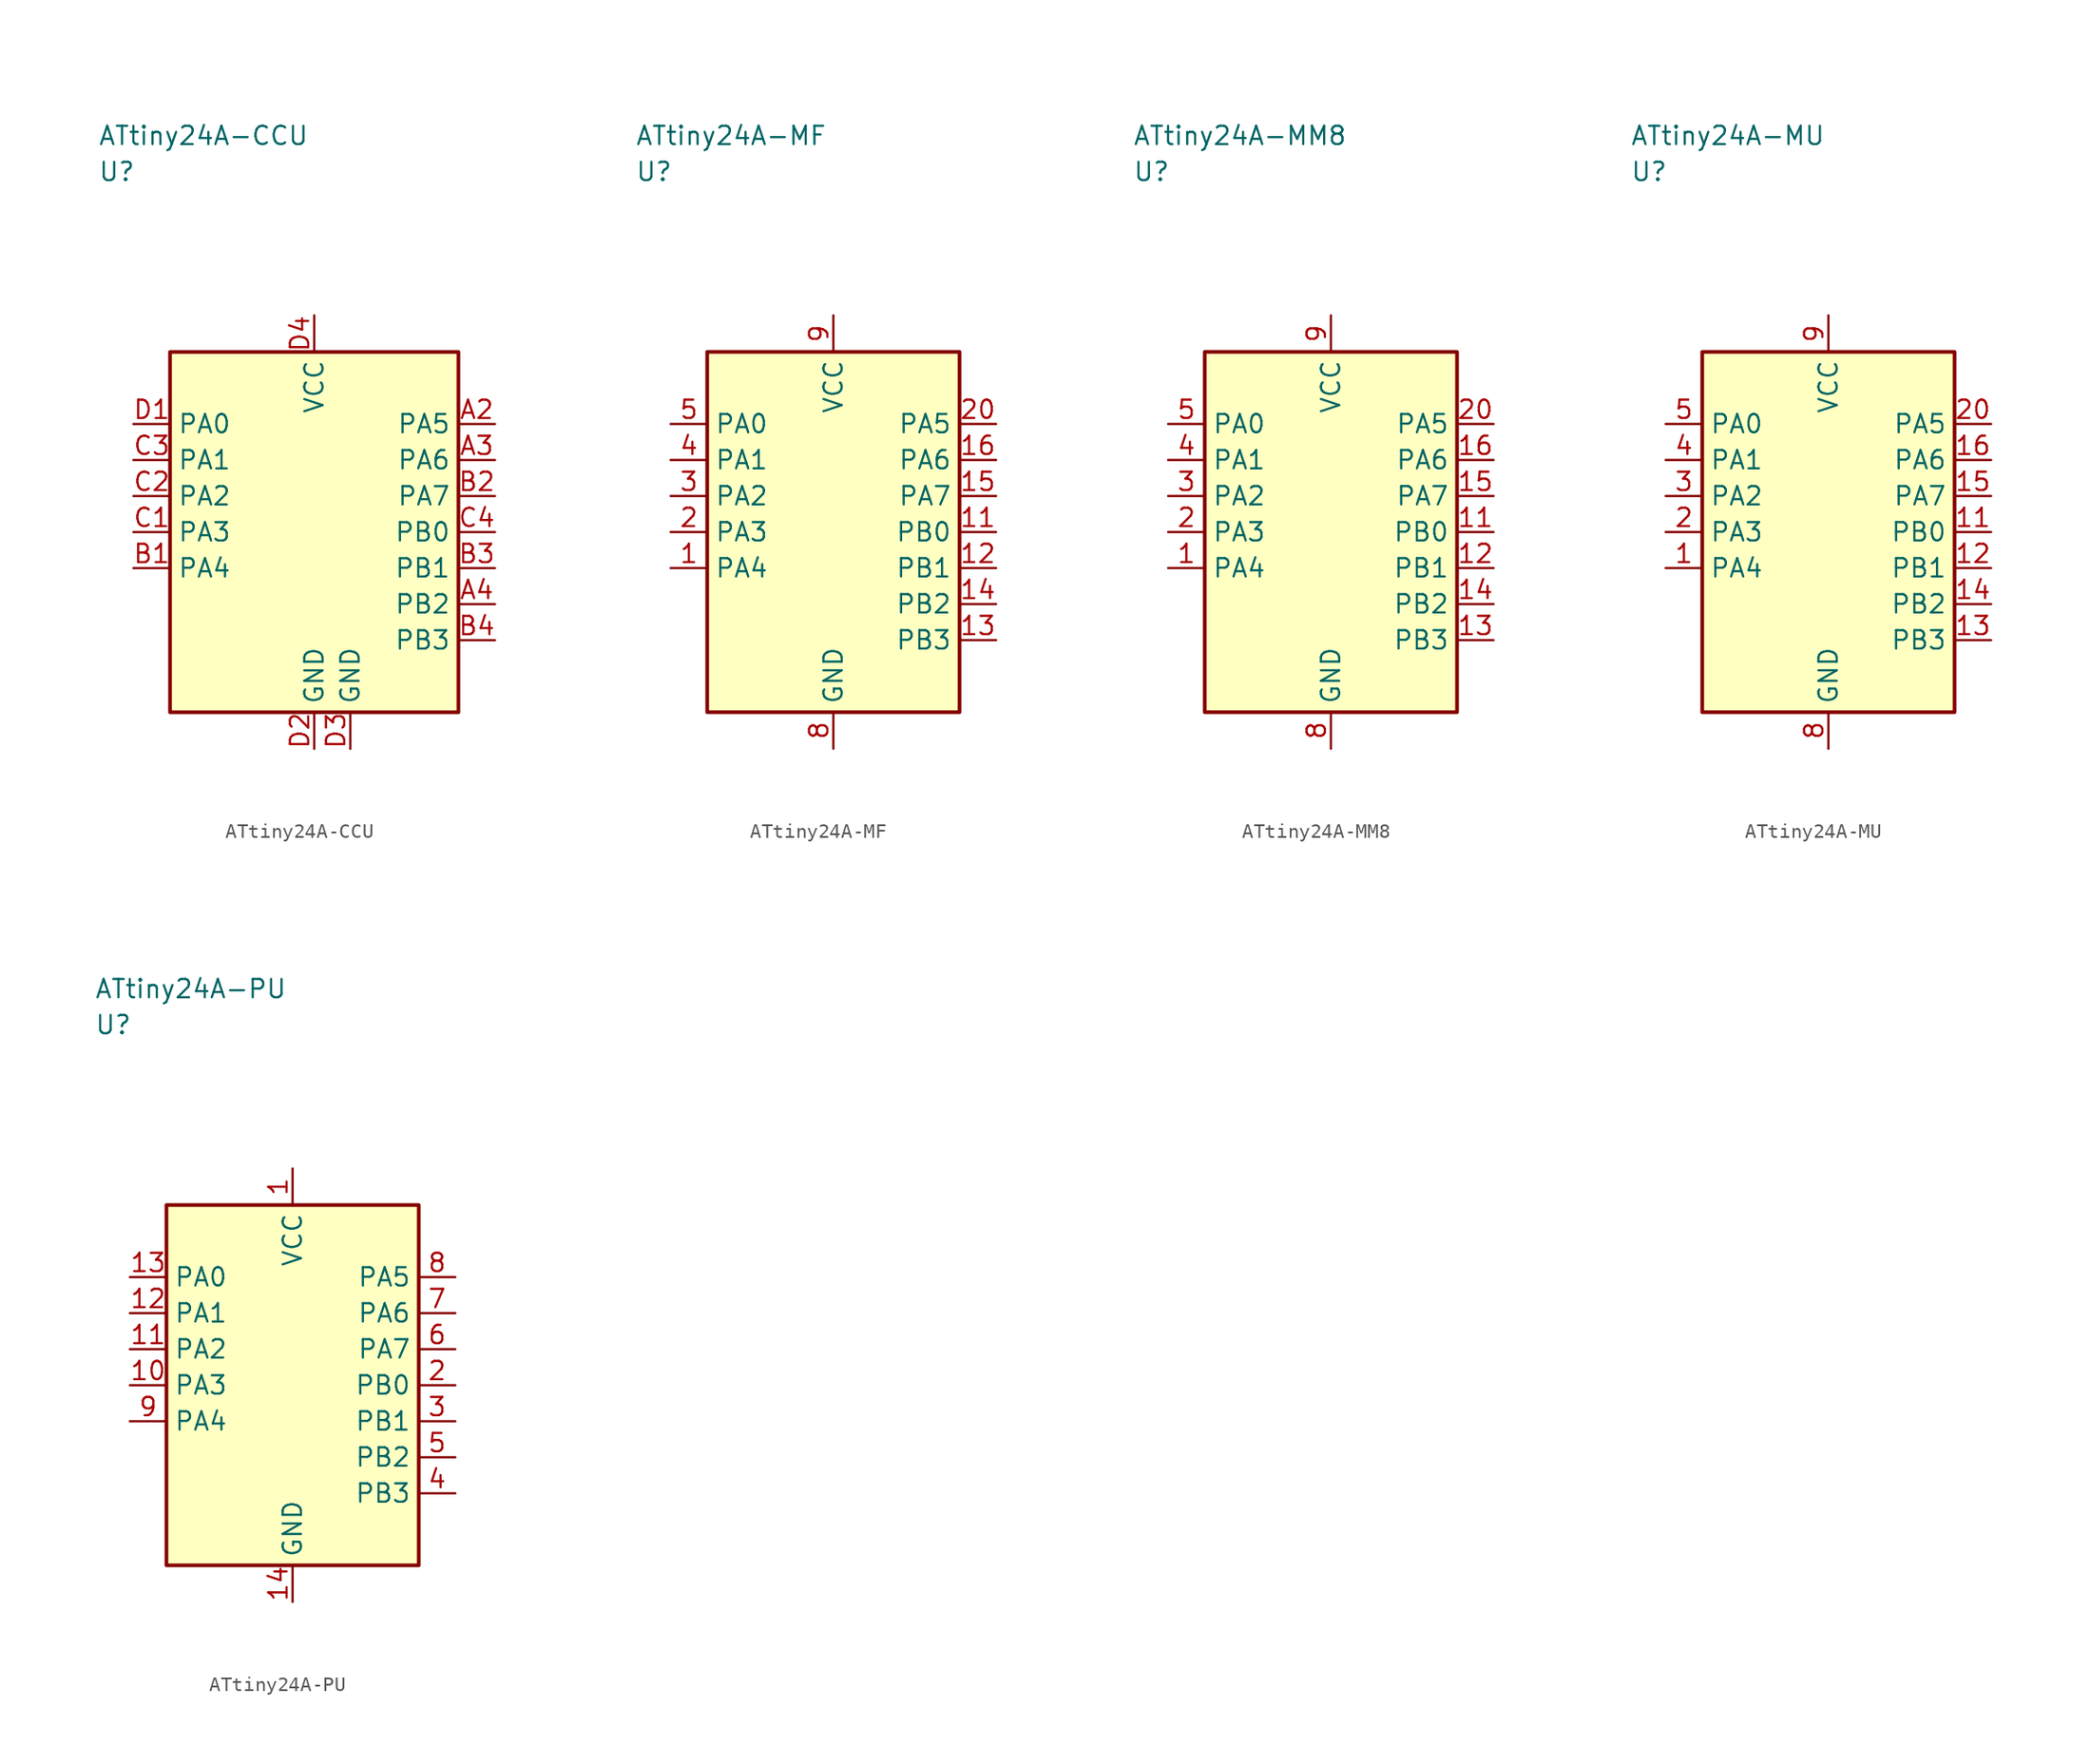
<source format=kicad_sym>
(kicad_symbol_lib
  (version 20241025)
  (generator "kicad_symbol_editor")
  (generator_version "8.0")
  (symbol "ATtiny24A-CCU"
    (property "Reference" "U"
      (at -15.0 25.0 0)
      (effects (font (size 1.27 1.27)) (justify left)))
    (property "Value" "ATtiny24A-CCU"
      (at -15.0 27.5 0)
      (effects (font (size 1.27 1.27)) (justify left)))
    (symbol "ATtiny24A-CCU_0_1"
      (rectangle (start -10.0 12.5) (end 10.0 -12.5) (stroke (width 0.254) (type default)) (fill (type background))))
    (symbol "ATtiny24A-CCU_1_1"
      (pin bidirectional line (at 12.54 7.5 180.0) (length 2.54) (name "PA5" (effects (font (size 1.27 1.27)))) (number "A2" (effects (font (size 1.27 1.27)))))
      (pin bidirectional line (at 12.54 5.0 180.0) (length 2.54) (name "PA6" (effects (font (size 1.27 1.27)))) (number "A3" (effects (font (size 1.27 1.27)))))
      (pin bidirectional line (at 12.54 -5.0 180.0) (length 2.54) (name "PB2" (effects (font (size 1.27 1.27)))) (number "A4" (effects (font (size 1.27 1.27)))))
      (pin bidirectional line (at -12.54 -2.5 0.0) (length 2.54) (name "PA4" (effects (font (size 1.27 1.27)))) (number "B1" (effects (font (size 1.27 1.27)))))
      (pin bidirectional line (at 12.54 2.5 180.0) (length 2.54) (name "PA7" (effects (font (size 1.27 1.27)))) (number "B2" (effects (font (size 1.27 1.27)))))
      (pin bidirectional line (at 12.54 -2.5 180.0) (length 2.54) (name "PB1" (effects (font (size 1.27 1.27)))) (number "B3" (effects (font (size 1.27 1.27)))))
      (pin bidirectional line (at 12.54 -7.5 180.0) (length 2.54) (name "PB3" (effects (font (size 1.27 1.27)))) (number "B4" (effects (font (size 1.27 1.27)))))
      (pin bidirectional line (at -12.54 0.0 0.0) (length 2.54) (name "PA3" (effects (font (size 1.27 1.27)))) (number "C1" (effects (font (size 1.27 1.27)))))
      (pin bidirectional line (at -12.54 2.5 0.0) (length 2.54) (name "PA2" (effects (font (size 1.27 1.27)))) (number "C2" (effects (font (size 1.27 1.27)))))
      (pin bidirectional line (at -12.54 5.0 0.0) (length 2.54) (name "PA1" (effects (font (size 1.27 1.27)))) (number "C3" (effects (font (size 1.27 1.27)))))
      (pin bidirectional line (at 12.54 0.0 180.0) (length 2.54) (name "PB0" (effects (font (size 1.27 1.27)))) (number "C4" (effects (font (size 1.27 1.27)))))
      (pin bidirectional line (at -12.54 7.5 0.0) (length 2.54) (name "PA0" (effects (font (size 1.27 1.27)))) (number "D1" (effects (font (size 1.27 1.27)))))
      (pin passive line (at 0.0 -15.04 90.0) (length 2.54) (name "GND" (effects (font (size 1.27 1.27)))) (number "D2" (effects (font (size 1.27 1.27)))))
      (pin passive line (at 2.5 -15.04 90.0) (length 2.54) (name "GND" (effects (font (size 1.27 1.27)))) (number "D3" (effects (font (size 1.27 1.27)))))
      (pin power_in line (at 0.0 15.04 270.0) (length 2.54) (name "VCC" (effects (font (size 1.27 1.27)))) (number "D4" (effects (font (size 1.27 1.27)))))))
  (symbol "ATtiny24A-MF"
    (property "Reference" "U"
      (at -13.75 25.0 0)
      (effects (font (size 1.27 1.27)) (justify left)))
    (property "Value" "ATtiny24A-MF"
      (at -13.75 27.5 0)
      (effects (font (size 1.27 1.27)) (justify left)))
    (symbol "ATtiny24A-MF_0_1"
      (rectangle (start -8.75 12.5) (end 8.75 -12.5) (stroke (width 0.254) (type default)) (fill (type background))))
    (symbol "ATtiny24A-MF_1_1"
      (pin bidirectional line (at -11.29 -2.5 0.0) (length 2.54) (name "PA4" (effects (font (size 1.27 1.27)))) (number "1" (effects (font (size 1.27 1.27)))))
      (pin bidirectional line (at -11.29 0.0 0.0) (length 2.54) (name "PA3" (effects (font (size 1.27 1.27)))) (number "2" (effects (font (size 1.27 1.27)))))
      (pin bidirectional line (at -11.29 2.5 0.0) (length 2.54) (name "PA2" (effects (font (size 1.27 1.27)))) (number "3" (effects (font (size 1.27 1.27)))))
      (pin bidirectional line (at -11.29 5.0 0.0) (length 2.54) (name "PA1" (effects (font (size 1.27 1.27)))) (number "4" (effects (font (size 1.27 1.27)))))
      (pin bidirectional line (at -11.29 7.5 0.0) (length 2.54) (name "PA0" (effects (font (size 1.27 1.27)))) (number "5" (effects (font (size 1.27 1.27)))))
      (pin passive line (at 0.0 -15.04 90.0) (length 2.54) (name "GND" (effects (font (size 1.27 1.27)))) (number "8" (effects (font (size 1.27 1.27)))))
      (pin power_in line (at 0.0 15.04 270.0) (length 2.54) (name "VCC" (effects (font (size 1.27 1.27)))) (number "9" (effects (font (size 1.27 1.27)))))
      (pin bidirectional line (at 11.29 0.0 180.0) (length 2.54) (name "PB0" (effects (font (size 1.27 1.27)))) (number "11" (effects (font (size 1.27 1.27)))))
      (pin bidirectional line (at 11.29 -2.5 180.0) (length 2.54) (name "PB1" (effects (font (size 1.27 1.27)))) (number "12" (effects (font (size 1.27 1.27)))))
      (pin bidirectional line (at 11.29 -7.5 180.0) (length 2.54) (name "PB3" (effects (font (size 1.27 1.27)))) (number "13" (effects (font (size 1.27 1.27)))))
      (pin bidirectional line (at 11.29 -5.0 180.0) (length 2.54) (name "PB2" (effects (font (size 1.27 1.27)))) (number "14" (effects (font (size 1.27 1.27)))))
      (pin bidirectional line (at 11.29 2.5 180.0) (length 2.54) (name "PA7" (effects (font (size 1.27 1.27)))) (number "15" (effects (font (size 1.27 1.27)))))
      (pin bidirectional line (at 11.29 5.0 180.0) (length 2.54) (name "PA6" (effects (font (size 1.27 1.27)))) (number "16" (effects (font (size 1.27 1.27)))))
      (pin bidirectional line (at 11.29 7.5 180.0) (length 2.54) (name "PA5" (effects (font (size 1.27 1.27)))) (number "20" (effects (font (size 1.27 1.27)))))))
  (symbol "ATtiny24A-MM8"
    (property "Reference" "U"
      (at -13.75 25.0 0)
      (effects (font (size 1.27 1.27)) (justify left)))
    (property "Value" "ATtiny24A-MM8"
      (at -13.75 27.5 0)
      (effects (font (size 1.27 1.27)) (justify left)))
    (symbol "ATtiny24A-MM8_0_1"
      (rectangle (start -8.75 12.5) (end 8.75 -12.5) (stroke (width 0.254) (type default)) (fill (type background))))
    (symbol "ATtiny24A-MM8_1_1"
      (pin bidirectional line (at -11.29 -2.5 0.0) (length 2.54) (name "PA4" (effects (font (size 1.27 1.27)))) (number "1" (effects (font (size 1.27 1.27)))))
      (pin bidirectional line (at -11.29 0.0 0.0) (length 2.54) (name "PA3" (effects (font (size 1.27 1.27)))) (number "2" (effects (font (size 1.27 1.27)))))
      (pin bidirectional line (at -11.29 2.5 0.0) (length 2.54) (name "PA2" (effects (font (size 1.27 1.27)))) (number "3" (effects (font (size 1.27 1.27)))))
      (pin bidirectional line (at -11.29 5.0 0.0) (length 2.54) (name "PA1" (effects (font (size 1.27 1.27)))) (number "4" (effects (font (size 1.27 1.27)))))
      (pin bidirectional line (at -11.29 7.5 0.0) (length 2.54) (name "PA0" (effects (font (size 1.27 1.27)))) (number "5" (effects (font (size 1.27 1.27)))))
      (pin passive line (at 0.0 -15.04 90.0) (length 2.54) (name "GND" (effects (font (size 1.27 1.27)))) (number "8" (effects (font (size 1.27 1.27)))))
      (pin power_in line (at 0.0 15.04 270.0) (length 2.54) (name "VCC" (effects (font (size 1.27 1.27)))) (number "9" (effects (font (size 1.27 1.27)))))
      (pin bidirectional line (at 11.29 0.0 180.0) (length 2.54) (name "PB0" (effects (font (size 1.27 1.27)))) (number "11" (effects (font (size 1.27 1.27)))))
      (pin bidirectional line (at 11.29 -2.5 180.0) (length 2.54) (name "PB1" (effects (font (size 1.27 1.27)))) (number "12" (effects (font (size 1.27 1.27)))))
      (pin bidirectional line (at 11.29 -7.5 180.0) (length 2.54) (name "PB3" (effects (font (size 1.27 1.27)))) (number "13" (effects (font (size 1.27 1.27)))))
      (pin bidirectional line (at 11.29 -5.0 180.0) (length 2.54) (name "PB2" (effects (font (size 1.27 1.27)))) (number "14" (effects (font (size 1.27 1.27)))))
      (pin bidirectional line (at 11.29 2.5 180.0) (length 2.54) (name "PA7" (effects (font (size 1.27 1.27)))) (number "15" (effects (font (size 1.27 1.27)))))
      (pin bidirectional line (at 11.29 5.0 180.0) (length 2.54) (name "PA6" (effects (font (size 1.27 1.27)))) (number "16" (effects (font (size 1.27 1.27)))))
      (pin bidirectional line (at 11.29 7.5 180.0) (length 2.54) (name "PA5" (effects (font (size 1.27 1.27)))) (number "20" (effects (font (size 1.27 1.27)))))))
  (symbol "ATtiny24A-MU"
    (property "Reference" "U"
      (at -13.75 25.0 0)
      (effects (font (size 1.27 1.27)) (justify left)))
    (property "Value" "ATtiny24A-MU"
      (at -13.75 27.5 0)
      (effects (font (size 1.27 1.27)) (justify left)))
    (symbol "ATtiny24A-MU_0_1"
      (rectangle (start -8.75 12.5) (end 8.75 -12.5) (stroke (width 0.254) (type default)) (fill (type background))))
    (symbol "ATtiny24A-MU_1_1"
      (pin bidirectional line (at -11.29 -2.5 0.0) (length 2.54) (name "PA4" (effects (font (size 1.27 1.27)))) (number "1" (effects (font (size 1.27 1.27)))))
      (pin bidirectional line (at -11.29 0.0 0.0) (length 2.54) (name "PA3" (effects (font (size 1.27 1.27)))) (number "2" (effects (font (size 1.27 1.27)))))
      (pin bidirectional line (at -11.29 2.5 0.0) (length 2.54) (name "PA2" (effects (font (size 1.27 1.27)))) (number "3" (effects (font (size 1.27 1.27)))))
      (pin bidirectional line (at -11.29 5.0 0.0) (length 2.54) (name "PA1" (effects (font (size 1.27 1.27)))) (number "4" (effects (font (size 1.27 1.27)))))
      (pin bidirectional line (at -11.29 7.5 0.0) (length 2.54) (name "PA0" (effects (font (size 1.27 1.27)))) (number "5" (effects (font (size 1.27 1.27)))))
      (pin passive line (at 0.0 -15.04 90.0) (length 2.54) (name "GND" (effects (font (size 1.27 1.27)))) (number "8" (effects (font (size 1.27 1.27)))))
      (pin power_in line (at 0.0 15.04 270.0) (length 2.54) (name "VCC" (effects (font (size 1.27 1.27)))) (number "9" (effects (font (size 1.27 1.27)))))
      (pin bidirectional line (at 11.29 0.0 180.0) (length 2.54) (name "PB0" (effects (font (size 1.27 1.27)))) (number "11" (effects (font (size 1.27 1.27)))))
      (pin bidirectional line (at 11.29 -2.5 180.0) (length 2.54) (name "PB1" (effects (font (size 1.27 1.27)))) (number "12" (effects (font (size 1.27 1.27)))))
      (pin bidirectional line (at 11.29 -7.5 180.0) (length 2.54) (name "PB3" (effects (font (size 1.27 1.27)))) (number "13" (effects (font (size 1.27 1.27)))))
      (pin bidirectional line (at 11.29 -5.0 180.0) (length 2.54) (name "PB2" (effects (font (size 1.27 1.27)))) (number "14" (effects (font (size 1.27 1.27)))))
      (pin bidirectional line (at 11.29 2.5 180.0) (length 2.54) (name "PA7" (effects (font (size 1.27 1.27)))) (number "15" (effects (font (size 1.27 1.27)))))
      (pin bidirectional line (at 11.29 5.0 180.0) (length 2.54) (name "PA6" (effects (font (size 1.27 1.27)))) (number "16" (effects (font (size 1.27 1.27)))))
      (pin bidirectional line (at 11.29 7.5 180.0) (length 2.54) (name "PA5" (effects (font (size 1.27 1.27)))) (number "20" (effects (font (size 1.27 1.27)))))))
  (symbol "ATtiny24A-PU"
    (property "Reference" "U"
      (at -13.75 25.0 0)
      (effects (font (size 1.27 1.27)) (justify left)))
    (property "Value" "ATtiny24A-PU"
      (at -13.75 27.5 0)
      (effects (font (size 1.27 1.27)) (justify left)))
    (symbol "ATtiny24A-PU_0_1"
      (rectangle (start -8.75 12.5) (end 8.75 -12.5) (stroke (width 0.254) (type default)) (fill (type background))))
    (symbol "ATtiny24A-PU_1_1"
      (pin power_in line (at 0.0 15.04 270.0) (length 2.54) (name "VCC" (effects (font (size 1.27 1.27)))) (number "1" (effects (font (size 1.27 1.27)))))
      (pin bidirectional line (at 11.29 0.0 180.0) (length 2.54) (name "PB0" (effects (font (size 1.27 1.27)))) (number "2" (effects (font (size 1.27 1.27)))))
      (pin bidirectional line (at 11.29 -2.5 180.0) (length 2.54) (name "PB1" (effects (font (size 1.27 1.27)))) (number "3" (effects (font (size 1.27 1.27)))))
      (pin bidirectional line (at 11.29 -7.5 180.0) (length 2.54) (name "PB3" (effects (font (size 1.27 1.27)))) (number "4" (effects (font (size 1.27 1.27)))))
      (pin bidirectional line (at 11.29 -5.0 180.0) (length 2.54) (name "PB2" (effects (font (size 1.27 1.27)))) (number "5" (effects (font (size 1.27 1.27)))))
      (pin bidirectional line (at 11.29 2.5 180.0) (length 2.54) (name "PA7" (effects (font (size 1.27 1.27)))) (number "6" (effects (font (size 1.27 1.27)))))
      (pin bidirectional line (at 11.29 5.0 180.0) (length 2.54) (name "PA6" (effects (font (size 1.27 1.27)))) (number "7" (effects (font (size 1.27 1.27)))))
      (pin bidirectional line (at 11.29 7.5 180.0) (length 2.54) (name "PA5" (effects (font (size 1.27 1.27)))) (number "8" (effects (font (size 1.27 1.27)))))
      (pin bidirectional line (at -11.29 -2.5 0.0) (length 2.54) (name "PA4" (effects (font (size 1.27 1.27)))) (number "9" (effects (font (size 1.27 1.27)))))
      (pin bidirectional line (at -11.29 0.0 0.0) (length 2.54) (name "PA3" (effects (font (size 1.27 1.27)))) (number "10" (effects (font (size 1.27 1.27)))))
      (pin bidirectional line (at -11.29 2.5 0.0) (length 2.54) (name "PA2" (effects (font (size 1.27 1.27)))) (number "11" (effects (font (size 1.27 1.27)))))
      (pin bidirectional line (at -11.29 5.0 0.0) (length 2.54) (name "PA1" (effects (font (size 1.27 1.27)))) (number "12" (effects (font (size 1.27 1.27)))))
      (pin bidirectional line (at -11.29 7.5 0.0) (length 2.54) (name "PA0" (effects (font (size 1.27 1.27)))) (number "13" (effects (font (size 1.27 1.27)))))
      (pin passive line (at 0.0 -15.04 90.0) (length 2.54) (name "GND" (effects (font (size 1.27 1.27)))) (number "14" (effects (font (size 1.27 1.27))))))))
</source>
